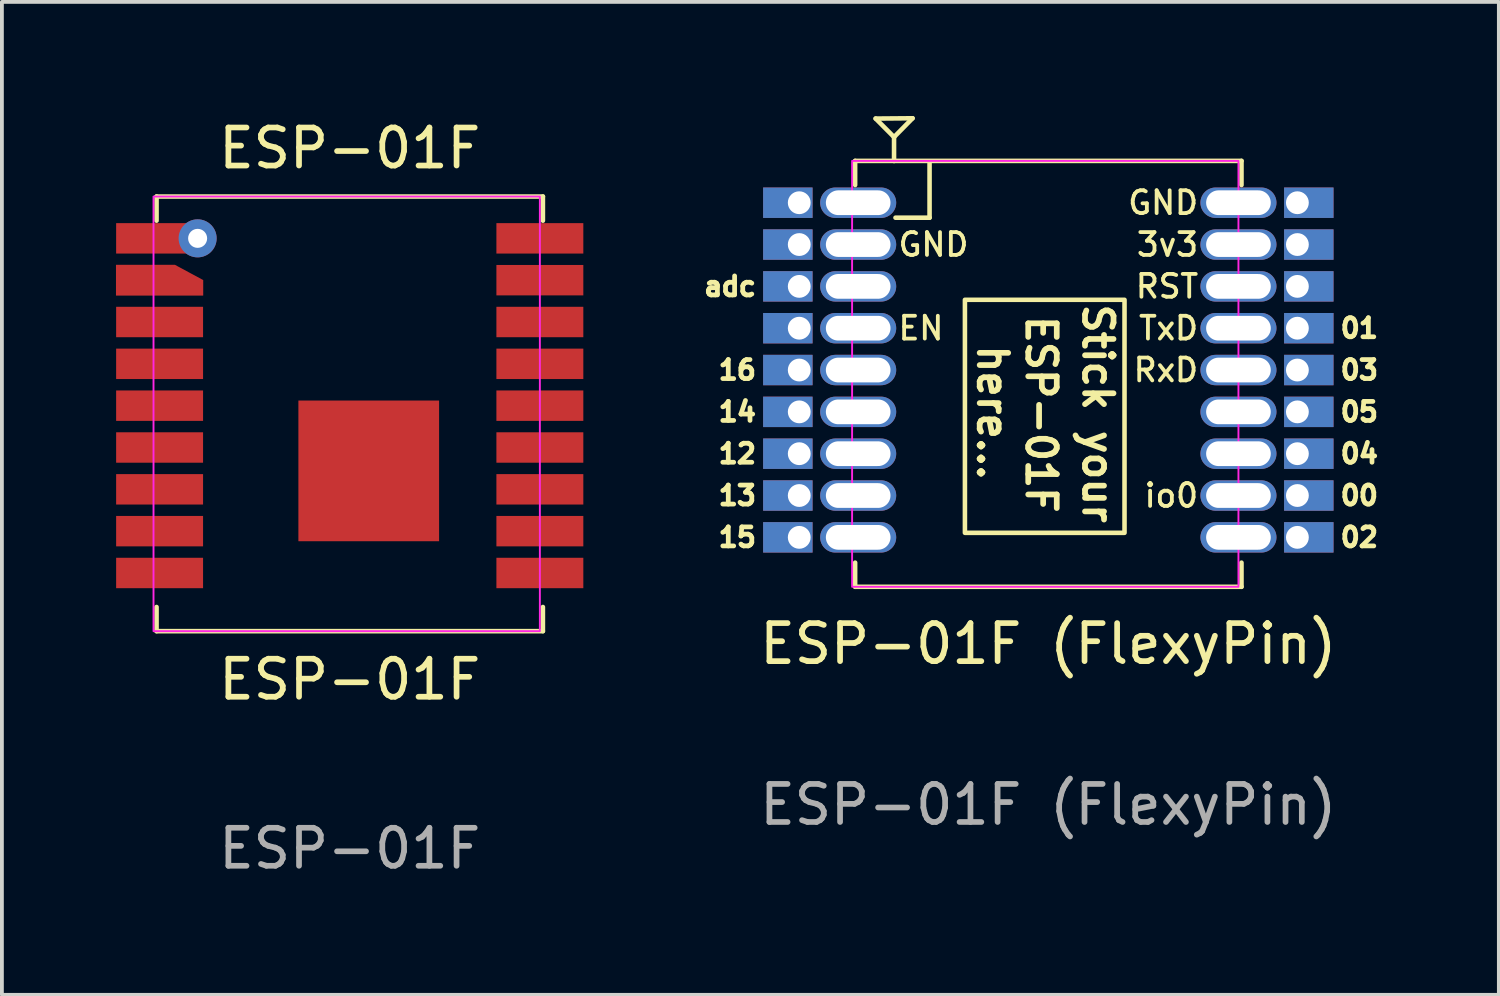
<source format=kicad_pcb>
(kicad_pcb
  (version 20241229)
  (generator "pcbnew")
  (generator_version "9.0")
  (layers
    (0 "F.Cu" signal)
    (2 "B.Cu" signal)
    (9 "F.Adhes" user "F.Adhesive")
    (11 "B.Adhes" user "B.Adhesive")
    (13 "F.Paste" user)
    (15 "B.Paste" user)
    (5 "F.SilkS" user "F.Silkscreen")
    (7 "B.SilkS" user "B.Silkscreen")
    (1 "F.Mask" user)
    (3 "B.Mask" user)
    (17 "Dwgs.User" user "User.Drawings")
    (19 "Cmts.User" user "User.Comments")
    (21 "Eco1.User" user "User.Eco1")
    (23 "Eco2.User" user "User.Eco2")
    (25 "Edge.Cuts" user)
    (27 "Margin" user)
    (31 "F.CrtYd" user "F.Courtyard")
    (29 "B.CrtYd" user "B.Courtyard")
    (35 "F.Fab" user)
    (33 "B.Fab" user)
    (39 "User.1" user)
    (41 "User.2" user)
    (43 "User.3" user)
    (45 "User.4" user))
  (footprint "ESP-01F"
    (layer "F.Cu")
    (at 6.147 7.833)
    (property "Reference" "ESP-01F" (at 0 6.985 0) (unlocked yes) (layer "F.SilkS") (effects (font (size 1 1) (thickness 0.15))))
    (attr smd)
    (fp_line (start -5.08 -5.715) (end -5.08 -5.08) (stroke (width 0.12) (type solid)) (layer "F.SilkS"))
    (fp_line (start -5.08 5.08) (end -5.08 5.715) (stroke (width 0.12) (type solid)) (layer "F.SilkS"))
    (fp_line (start -5.08 5.715) (end 5.08 5.715) (stroke (width 0.12) (type solid)) (layer "F.SilkS"))
    (fp_line (start 5.08 -5.715) (end -5.08 -5.715) (stroke (width 0.12) (type solid)) (layer "F.SilkS"))
    (fp_line (start 5.08 -5.08) (end 5.08 -5.715) (stroke (width 0.12) (type solid)) (layer "F.SilkS"))
    (fp_line (start 5.08 5.715) (end 5.08 5.08) (stroke (width 0.12) (type solid)) (layer "F.SilkS"))
    (fp_rect (start -5.16 -5.715) (end 5 5.715) (stroke (width 0.05) (type solid)) (fill no) (layer "F.CrtYd"))
    (fp_text user "ESP-01F" (at 0 -6.985 0) (unlocked yes) (layer "F.SilkS") (effects (font (size 1 1) (thickness 0.15))))
    (fp_text user "${REFERENCE}" (at 0 11.43 0) (unlocked yes) (layer "F.Fab") (effects (font (size 1 1) (thickness 0.15))))
    (pad "1" smd rect (at -5 -4.615) (size 2.286 0.8) (layers "F.Cu" "F.Mask" "F.Paste"))
    (pad "1" thru_hole circle (at -4 -4.615) (size 1 1) (drill 0.5) (layers "*.Cu" "*.Mask"))
    (pad "2" smd custom (at -5 -3.515) (size 0.5 0.5) (layers "F.Cu" "F.Mask" "F.Paste") (options (anchor rect)) (primitives (gr_poly (pts (xy -1.142 -0.4) (xy -1.142 0.4) (xy 1.142 0.4) (xy 1.142 0) (xy 0.4 -0.4)) (width 0.01) (fill yes))))
    (pad "3" smd rect (at -5 -2.415) (size 2.286 0.8) (layers "F.Cu" "F.Mask" "F.Paste"))
    (pad "4" smd rect (at -5 -1.315) (size 2.286 0.8) (layers "F.Cu" "F.Mask" "F.Paste"))
    (pad "5" smd rect (at -5 -0.215) (size 2.286 0.8) (layers "F.Cu" "F.Mask" "F.Paste"))
    (pad "6" smd rect (at -5 0.885) (size 2.286 0.8) (layers "F.Cu" "F.Mask" "F.Paste"))
    (pad "7" smd rect (at -5 1.985) (size 2.286 0.8) (layers "F.Cu" "F.Mask" "F.Paste"))
    (pad "8" smd rect (at -5 3.085) (size 2.286 0.8) (layers "F.Cu" "F.Mask" "F.Paste"))
    (pad "9" smd rect (at -5 4.185) (size 2.286 0.8) (layers "F.Cu" "F.Mask" "F.Paste"))
    (pad "10" smd rect (at 5 4.185) (size 2.286 0.8) (layers "F.Cu" "F.Mask" "F.Paste"))
    (pad "11" smd rect (at 5 3.085) (size 2.286 0.8) (layers "F.Cu" "F.Mask" "F.Paste"))
    (pad "12" smd rect (at 5 1.985) (size 2.286 0.8) (layers "F.Cu" "F.Mask" "F.Paste"))
    (pad "13" smd rect (at 5 0.885) (size 2.286 0.8) (layers "F.Cu" "F.Mask" "F.Paste"))
    (pad "14" smd rect (at 5 -0.215) (size 2.286 0.8) (layers "F.Cu" "F.Mask" "F.Paste"))
    (pad "15" smd rect (at 5 -1.315) (size 2.286 0.8) (layers "F.Cu" "F.Mask" "F.Paste"))
    (pad "16" smd rect (at 5 -2.415) (size 2.286 0.8) (layers "F.Cu" "F.Mask" "F.Paste"))
    (pad "17" smd rect (at 5 -3.515) (size 2.286 0.8) (layers "F.Cu" "F.Mask" "F.Paste"))
    (pad "18" smd rect (at 5 -4.615) (size 2.286 0.8) (layers "F.Cu" "F.Mask" "F.Paste"))
    (pad "19" smd rect (at 0.5 1.5) (size 3.7 3.7) (layers "F.Cu" "F.Mask" "F.Paste")))
  (footprint "ESP-01F (FlexyPin)"
    (layer "F.Cu")
    (at 24.518 6.681)
    (property "Reference" "ESP-01F (FlexyPin)" (at 0 7.2 0) (unlocked yes) (layer "F.SilkS") (effects (font (size 1 1) (thickness 0.15))))
    (attr through_hole)
    (fp_line (start -5.08 -5.5) (end -5.08 -4.865) (stroke (width 0.12) (type solid)) (layer "F.SilkS"))
    (fp_line (start -5.08 5.065) (end -5.08 5.7) (stroke (width 0.12) (type solid)) (layer "F.SilkS"))
    (fp_line (start -5.08 5.7) (end 5.08 5.7) (stroke (width 0.12) (type solid)) (layer "F.SilkS"))
    (fp_line (start -4.057 -6.126) (end -4.541 -6.613) (stroke (width 0.12) (type solid)) (layer "F.SilkS"))
    (fp_line (start -4.057 -6.126) (end -3.57 -6.621) (stroke (width 0.12) (type solid)) (layer "F.SilkS"))
    (fp_line (start -4.057 -5.497) (end -4.057 -6.126) (stroke (width 0.12) (type solid)) (layer "F.SilkS"))
    (fp_line (start -3.57 -6.621) (end -4.541 -6.613) (stroke (width 0.12) (type solid)) (layer "F.SilkS"))
    (fp_line (start -3.123 -5.433) (end -3.123 -4.006) (stroke (width 0.12) (type solid)) (layer "F.SilkS"))
    (fp_line (start -3.123 -4.006) (end -4.019 -4.006) (stroke (width 0.12) (type solid)) (layer "F.SilkS"))
    (fp_line (start 5.08 -5.5) (end -5.08 -5.5) (stroke (width 0.12) (type solid)) (layer "F.SilkS"))
    (fp_line (start 5.08 -4.865) (end 5.08 -5.5) (stroke (width 0.12) (type solid)) (layer "F.SilkS"))
    (fp_line (start 5.08 5.7) (end 5.08 5.065) (stroke (width 0.12) (type solid)) (layer "F.SilkS"))
    (fp_rect (start 2.004 -1.847) (end -2.193 4.281) (stroke (width 0.12) (type solid)) (fill no) (layer "F.SilkS"))
    (fp_rect (start -5.16 -5.5) (end 5 5.7) (stroke (width 0.05) (type solid)) (fill no) (layer "F.CrtYd"))
    (fp_text user "12" (at -7.62 2.2 0) (unlocked yes) (layer "F.SilkS") (effects (font (size 0.5 0.5) (thickness 0.125)) (justify right)))
    (fp_text user "TxD" (at 4 -1.1 0) (unlocked yes) (layer "F.SilkS") (effects (font (size 0.6 0.6) (thickness 0.1)) (justify right)))
    (fp_text user "05" (at 7.62 1.1 0) (unlocked yes) (layer "F.SilkS") (effects (font (size 0.5 0.5) (thickness 0.125)) (justify left)))
    (fp_text user "14" (at -7.62 1.1 0) (unlocked yes) (layer "F.SilkS") (effects (font (size 0.5 0.5) (thickness 0.125)) (justify right)))
    (fp_text user "Stick your" (at 1.304 1.147 270) (unlocked yes) (layer "F.SilkS") (effects (font (size 0.75 0.75) (thickness 0.15))))
    (fp_text user "GND" (at -4 -3.3 0) (unlocked yes) (layer "F.SilkS") (effects (font (size 0.6 0.6) (thickness 0.1)) (justify left)))
    (fp_text user "GND" (at 4 -4.4 0) (unlocked yes) (layer "F.SilkS") (effects (font (size 0.6 0.6) (thickness 0.1)) (justify right)))
    (fp_text user "RST" (at 4 -2.2 0) (unlocked yes) (layer "F.SilkS") (effects (font (size 0.6 0.6) (thickness 0.1)) (justify right)))
    (fp_text user "adc" (at -7.62 -2.2 0) (unlocked yes) (layer "F.SilkS") (effects (font (size 0.5 0.5) (thickness 0.125)) (justify right)))
    (fp_text user "15" (at -7.62 4.4 0) (unlocked yes) (layer "F.SilkS") (effects (font (size 0.5 0.5) (thickness 0.125)) (justify right)))
    (fp_text user "here..." (at -1.466 1.119 270) (unlocked yes) (layer "F.SilkS") (effects (font (size 0.75 0.75) (thickness 0.15))))
    (fp_text user "01" (at 7.62 -1.1 0) (unlocked yes) (layer "F.SilkS") (effects (font (size 0.5 0.5) (thickness 0.125)) (justify left)))
    (fp_text user "03" (at 7.62 0 0) (unlocked yes) (layer "F.SilkS") (effects (font (size 0.5 0.5) (thickness 0.125)) (justify left)))
    (fp_text user "3v3" (at 4 -3.3 0) (unlocked yes) (layer "F.SilkS") (effects (font (size 0.6 0.6) (thickness 0.1)) (justify right)))
    (fp_text user "02" (at 7.62 4.4 0) (unlocked yes) (layer "F.SilkS") (effects (font (size 0.5 0.5) (thickness 0.125)) (justify left)))
    (fp_text user "04" (at 7.62 2.2 0) (unlocked yes) (layer "F.SilkS") (effects (font (size 0.5 0.5) (thickness 0.125)) (justify left)))
    (fp_text user "16" (at -7.62 0 0) (unlocked yes) (layer "F.SilkS") (effects (font (size 0.5 0.5) (thickness 0.125)) (justify right)))
    (fp_text user "ESP-01F" (at -0.189 1.165 270) (unlocked yes) (layer "F.SilkS") (effects (font (size 0.75 0.75) (thickness 0.15))))
    (fp_text user "io0" (at 4 3.3 0) (unlocked yes) (layer "F.SilkS") (effects (font (size 0.6 0.6) (thickness 0.1)) (justify right)))
    (fp_text user "13" (at -7.62 3.3 0) (unlocked yes) (layer "F.SilkS") (effects (font (size 0.5 0.5) (thickness 0.125)) (justify right)))
    (fp_text user "RxD" (at 4 0 0) (unlocked yes) (layer "F.SilkS") (effects (font (size 0.6 0.6) (thickness 0.1)) (justify right)))
    (fp_text user "EN" (at -4 -1.1 0) (unlocked yes) (layer "F.SilkS") (effects (font (size 0.6 0.6) (thickness 0.1)) (justify left)))
    (fp_text user "00" (at 7.62 3.3 0) (unlocked yes) (layer "F.SilkS") (effects (font (size 0.5 0.5) (thickness 0.125)) (justify left)))
    (fp_text user "${REFERENCE}" (at 0 11.43 0) (unlocked yes) (layer "F.Fab") (effects (font (size 1 1) (thickness 0.15))))
    (pad "" thru_hole oval (at -5 -4.4) (size 2 0.8) (drill oval 1.7 0.65) (layers "*.Cu" "*.Mask"))
    (pad "" thru_hole oval (at -5 -2.2) (size 2 0.8) (drill oval 1.7 0.65) (layers "*.Cu" "*.Mask"))
    (pad "" thru_hole oval (at -5 0) (size 2 0.8) (drill oval 1.7 0.65) (layers "*.Cu" "*.Mask"))
    (pad "" thru_hole oval (at -5 1.1) (size 2 0.8) (drill oval 1.7 0.65) (layers "*.Cu" "*.Mask"))
    (pad "" thru_hole oval (at -5 2.2) (size 2 0.8) (drill oval 1.7 0.65) (layers "*.Cu" "*.Mask"))
    (pad "" thru_hole oval (at -5 3.3) (size 2 0.8) (drill oval 1.7 0.65) (layers "*.Cu" "*.Mask"))
    (pad "" thru_hole oval (at -5 4.4) (size 2 0.8) (drill oval 1.7 0.65) (layers "*.Cu" "*.Mask"))
    (pad "" thru_hole oval (at 5 1.1 180) (size 2 0.8) (drill oval 1.7 0.65) (layers "*.Cu" "*.Mask"))
    (pad "" thru_hole oval (at 5 2.2 180) (size 2 0.8) (drill oval 1.7 0.65) (layers "*.Cu" "*.Mask"))
    (pad "" thru_hole oval (at 5 4.4 180) (size 2 0.8) (drill oval 1.7 0.65) (layers "*.Cu" "*.Mask"))
    (pad "1" thru_hole rect (at -6.55 -4.4) (size 1.3 0.8) (drill 0.6 (offset -0.3 0)) (layers "*.Cu" "*.Mask"))
    (pad "2" thru_hole rect (at -6.55 -3.3) (size 1.3 0.8) (drill 0.6 (offset -0.3 0)) (layers "*.Cu" "*.Mask"))
    (pad "2" thru_hole oval (at -5 -3.3) (size 2 0.8) (drill oval 1.7 0.65) (layers "*.Cu" "*.Mask"))
    (pad "3" thru_hole rect (at -6.55 -2.2) (size 1.3 0.8) (drill 0.6 (offset -0.3 0)) (layers "*.Cu" "*.Mask"))
    (pad "4" thru_hole rect (at -6.55 -1.1) (size 1.3 0.8) (drill 0.6 (offset -0.3 0)) (layers "*.Cu" "*.Mask"))
    (pad "4" thru_hole oval (at -5 -1.1) (size 2 0.8) (drill oval 1.7 0.65) (layers "*.Cu" "*.Mask"))
    (pad "5" thru_hole rect (at -6.55 0) (size 1.3 0.8) (drill 0.6 (offset -0.3 0)) (layers "*.Cu" "*.Mask"))
    (pad "6" thru_hole rect (at -6.55 1.1) (size 1.3 0.8) (drill 0.6 (offset -0.3 0)) (layers "*.Cu" "*.Mask"))
    (pad "7" thru_hole rect (at -6.55 2.2) (size 1.3 0.8) (drill 0.6 (offset -0.3 0)) (layers "*.Cu" "*.Mask"))
    (pad "8" thru_hole rect (at -6.55 3.3) (size 1.3 0.8) (drill 0.6 (offset -0.3 0)) (layers "*.Cu" "*.Mask"))
    (pad "9" thru_hole rect (at -6.55 4.4) (size 1.3 0.8) (drill 0.6 (offset -0.3 0)) (layers "*.Cu" "*.Mask"))
    (pad "10" thru_hole rect (at 6.55 4.4 180) (size 1.3 0.8) (drill 0.6 (offset -0.3 0)) (layers "*.Cu" "*.Mask"))
    (pad "11" thru_hole oval (at 5 3.3 180) (size 2 0.8) (drill oval 1.7 0.65) (layers "*.Cu" "*.Mask"))
    (pad "11" thru_hole rect (at 6.55 3.3 180) (size 1.3 0.8) (drill 0.6 (offset -0.3 0)) (layers "*.Cu" "*.Mask"))
    (pad "12" thru_hole rect (at 6.55 2.2 180) (size 1.3 0.8) (drill 0.6 (offset -0.3 0)) (layers "*.Cu" "*.Mask"))
    (pad "13" thru_hole rect (at 6.55 1.1 180) (size 1.3 0.8) (drill 0.6 (offset -0.3 0)) (layers "*.Cu" "*.Mask"))
    (pad "14" thru_hole oval (at 5 0 180) (size 2 0.8) (drill oval 1.7 0.65) (layers "*.Cu" "*.Mask"))
    (pad "14" thru_hole rect (at 6.55 0 180) (size 1.3 0.8) (drill 0.6 (offset -0.3 0)) (layers "*.Cu" "*.Mask"))
    (pad "15" thru_hole oval (at 5 -1.1 180) (size 2 0.8) (drill oval 1.7 0.65) (layers "*.Cu" "*.Mask"))
    (pad "15" thru_hole rect (at 6.55 -1.1 180) (size 1.3 0.8) (drill 0.6 (offset -0.3 0)) (layers "*.Cu" "*.Mask"))
    (pad "16" thru_hole oval (at 5 -2.2 180) (size 2 0.8) (drill oval 1.7 0.65) (layers "*.Cu" "*.Mask"))
    (pad "16" thru_hole rect (at 6.55 -2.2 180) (size 1.3 0.8) (drill 0.6 (offset -0.3 0)) (layers "*.Cu" "*.Mask"))
    (pad "17" thru_hole oval (at 5 -3.3 180) (size 2 0.8) (drill oval 1.7 0.65) (layers "*.Cu" "*.Mask"))
    (pad "17" thru_hole rect (at 6.55 -3.3 180) (size 1.3 0.8) (drill 0.6 (offset -0.3 0)) (layers "*.Cu" "*.Mask"))
    (pad "18" thru_hole oval (at 5 -4.4 180) (size 2 0.8) (drill oval 1.7 0.65) (layers "*.Cu" "*.Mask"))
    (pad "18" thru_hole rect (at 6.55 -4.4 180) (size 1.3 0.8) (drill 0.6 (offset -0.3 0)) (layers "*.Cu" "*.Mask")))
  (gr_rect
    (start -3 -3)
    (end 36.366 23.111)
    (stroke (width 0.1) (type default))
    (fill no)
    (layer "Edge.Cuts")))
</source>
